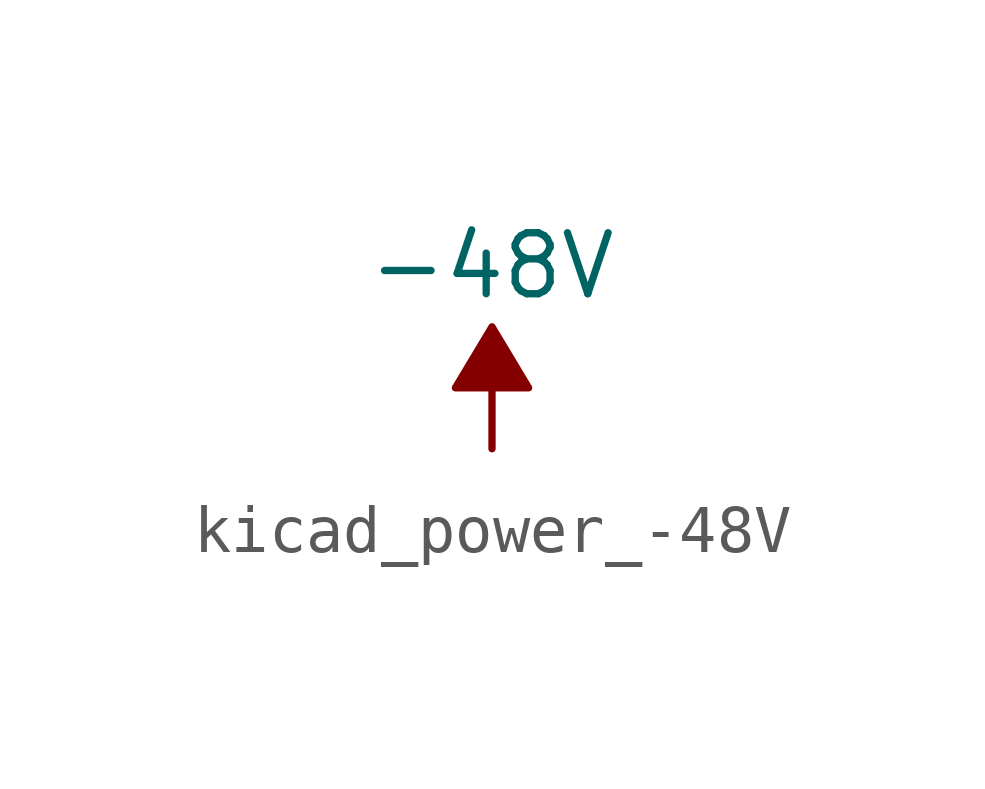
<source format=kicad_sym>
(kicad_symbol_lib
  (version 20220914)
  (generator kicad_symbol_editor)
  (symbol "kicad_power_-48V"
    (power)
    (pin_names
      (offset 0))
    (property "Reference" "#PWR"
      (at 0 2.54 0)
      (effects (font (size 1.27 1.27)) hide))
    (property "Value" "-48V"
      (at 0 3.81 0)
      (effects (font (size 1.27 1.27))))
    (symbol "kicad_power_-48V_0_0"
      (pin power_in line (at 0 0 90) (length 0) hide (name "-48V" (effects (font (size 1.27 1.27)))) (number "1" (effects (font (size 1.27 1.27))))))
    (symbol "kicad_power_-48V_0_1"
      (polyline (pts (xy 0 0) (xy 0 1.27) (xy 0.762 1.27) (xy 0 2.54) (xy -0.762 1.27) (xy 0 1.27)) (stroke (width 0) (type default)) (fill (type outline))))))
</source>
